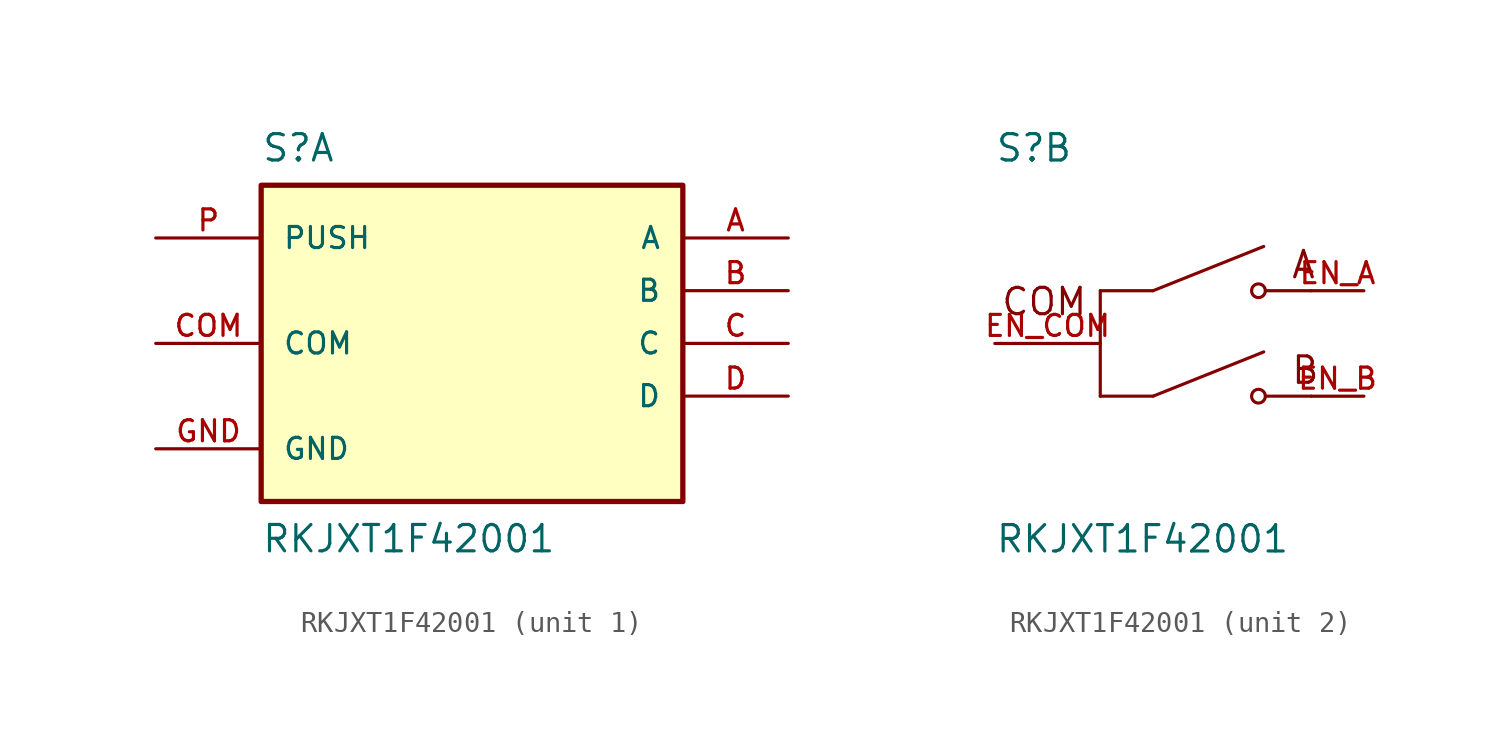
<source format=kicad_sym>
(kicad_symbol_lib
  (version 20211014)
  (generator kicad_symbol_editor)
  (symbol "RKJXT1F42001"
    (pin_names
      (offset 1.016))
    (property "Reference" "S"
      (at -10.16 10.16 0)
      (effects (font (size 1.27 1.27)) (justify top left)))
    (property "Value" "RKJXT1F42001"
      (at -10.16 -10.16 0)
      (effects (font (size 1.27 1.27)) (justify bottom left)))
    (symbol "RKJXT1F42001_1_0"
      (rectangle (start -10.16 -7.62) (end 10.16 7.62) (stroke (width 0.254)) (fill (type background)))
      (pin passive line (at 15.24 5.08 180.0) (length 5.08) (name "A" (effects (font (size 1.016 1.016)))) (number "A" (effects (font (size 1.016 1.016)))))
      (pin passive line (at -15.24 5.08 0) (length 5.08) (name "PUSH" (effects (font (size 1.016 1.016)))) (number "P" (effects (font (size 1.016 1.016)))))
      (pin passive line (at 15.24 2.54 180.0) (length 5.08) (name "B" (effects (font (size 1.016 1.016)))) (number "B" (effects (font (size 1.016 1.016)))))
      (pin passive line (at 15.24 0.0 180.0) (length 5.08) (name "C" (effects (font (size 1.016 1.016)))) (number "C" (effects (font (size 1.016 1.016)))))
      (pin passive line (at 15.24 -2.54 180.0) (length 5.08) (name "D" (effects (font (size 1.016 1.016)))) (number "D" (effects (font (size 1.016 1.016)))))
      (pin passive line (at -15.24 0.0 0) (length 5.08) (name "COM" (effects (font (size 1.016 1.016)))) (number "COM" (effects (font (size 1.016 1.016)))))
      (pin passive line (at -15.24 -5.08 0) (length 5.08) (name "GND" (effects (font (size 1.016 1.016)))) (number "GND" (effects (font (size 1.016 1.016))))))
    (symbol "RKJXT1F42001_2_0"
      (polyline (pts (xy -2.54 2.54) (xy 2.794 4.674)) (stroke (width 0.152)))
      (circle (center 2.54 2.54) (radius 0.33) (stroke (width 0.152)) (fill (type none)))
      (polyline (pts (xy 5.08 2.54) (xy 2.921 2.54)) (stroke (width 0.152)))
      (polyline (pts (xy -2.54 2.54) (xy -5.08 2.54)) (stroke (width 0.152)))
      (polyline (pts (xy -2.54 -2.54) (xy 2.794 -0.406)) (stroke (width 0.152)))
      (circle (center 2.54 -2.54) (radius 0.33) (stroke (width 0.152)) (fill (type none)))
      (polyline (pts (xy 5.08 -2.54) (xy 2.921 -2.54)) (stroke (width 0.152)))
      (polyline (pts (xy -2.54 -2.54) (xy -5.08 -2.54)) (stroke (width 0.152)))
      (polyline (pts (xy -5.08 2.54) (xy -5.08 -2.54)) (stroke (width 0.152)))
      (text "A" (at 4.064 3.048 0) (effects (font (size 1.27 1.27)) (justify bottom left)))
      (text "B" (at 4.064 -2.032 0) (effects (font (size 1.27 1.27)) (justify bottom left)))
      (text "COM" (at -9.906 1.27 0) (effects (font (size 1.27 1.27)) (justify bottom left)))
      (pin passive line (at 7.62 2.54 180.0) (length 2.54) (name "~" (effects (font (size 1.016 1.016)))) (number "EN_A" (effects (font (size 1.016 1.016)))))
      (pin passive line (at 7.62 -2.54 180.0) (length 2.54) (name "~" (effects (font (size 1.016 1.016)))) (number "EN_B" (effects (font (size 1.016 1.016)))))
      (pin passive line (at -10.16 0.0 0) (length 5.08) (name "~" (effects (font (size 1.016 1.016)))) (number "EN_COM" (effects (font (size 1.016 1.016))))))))
</source>
